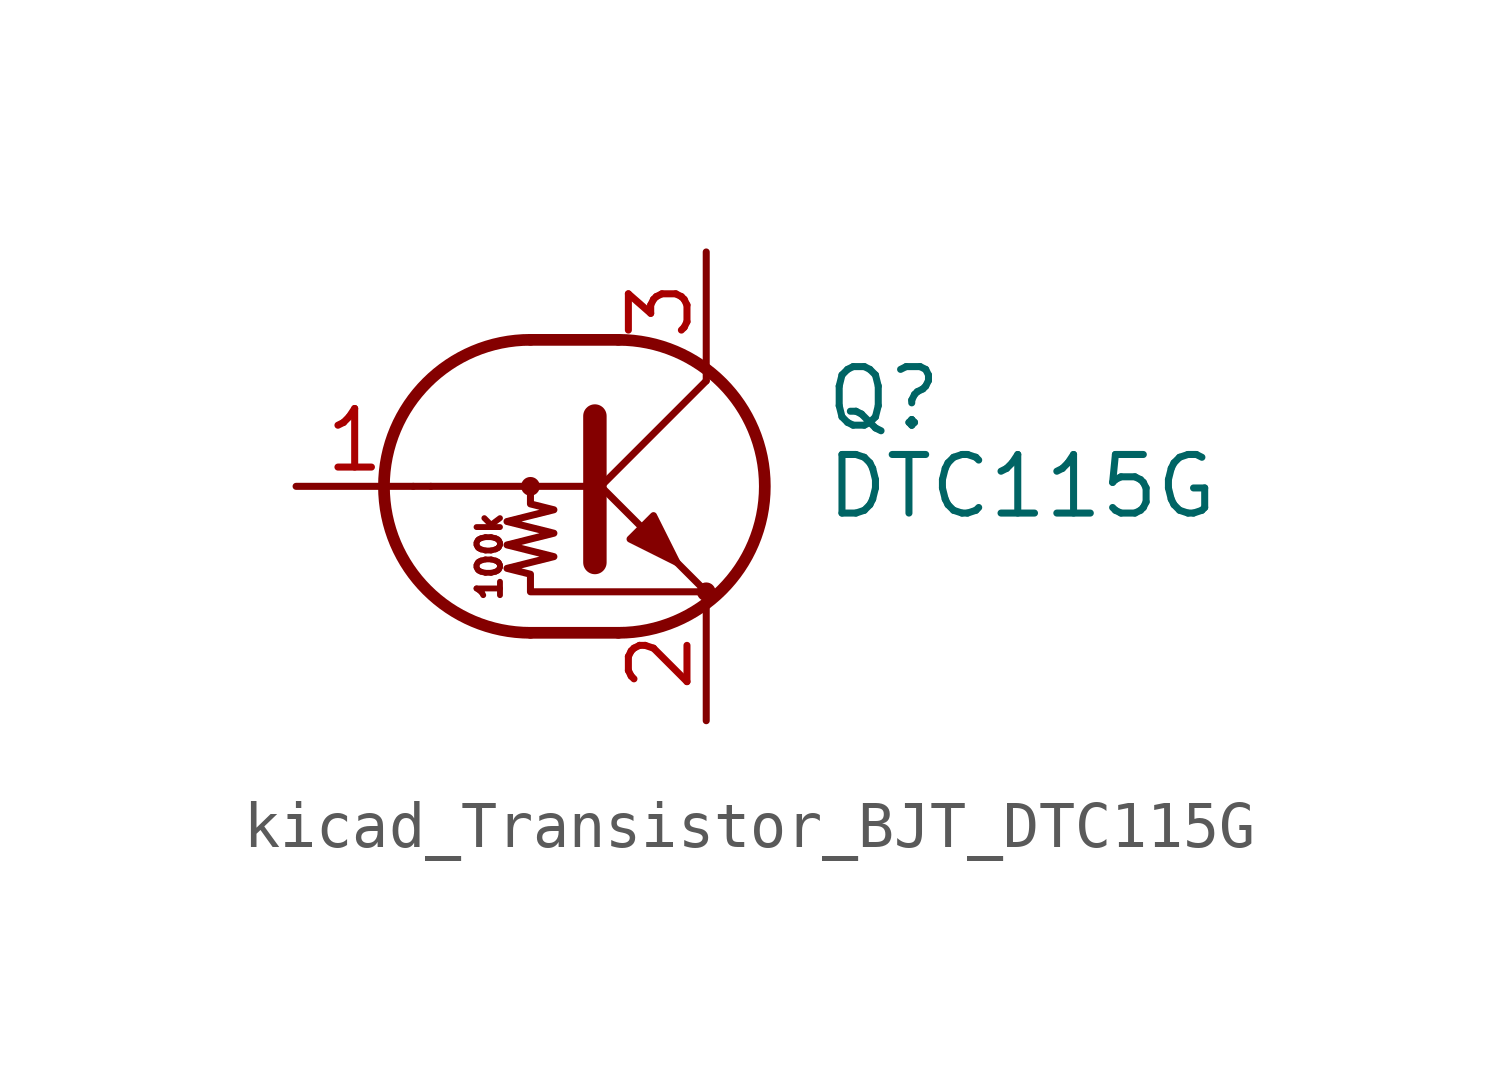
<source format=kicad_sym>
(kicad_symbol_lib
  (version 20220914)
  (generator kicad_symbol_editor)
  (symbol "kicad_Transistor_BJT_DTC115G"
    (pin_names
      (offset 0) hide)
    (property "Reference" "Q"
      (at 5.08 1.905 0)
      (effects (font (size 1.27 1.27)) (justify left)))
    (property "Value" "DTC115G"
      (at 5.08 0 0)
      (effects (font (size 1.27 1.27)) (justify left)))
    (symbol "kicad_Transistor_BJT_DTC115G_0_0"
      (polyline (pts (xy -3.429 0) (xy 0 0)) (stroke (width 0) (type default)) (fill (type none)))
      (text "100k" (at -2.159 -1.524 900) (effects (font (size 0.508 0.508)))))
    (symbol "kicad_Transistor_BJT_DTC115G_0_1"
      (circle (center -1.27 0) (radius 0.127) (stroke (width 0) (type default)) (fill (type none)))
      (arc (start -1.27 3.175) (mid -4.4312 0) (end -1.27 -3.175) (stroke (width 0.254) (type default)) (fill (type none)))
      (polyline (pts (xy -3.429 0) (xy -3.81 0)) (stroke (width 0) (type default)) (fill (type none)))
      (polyline (pts (xy -1.27 -3.175) (xy 0.635 -3.175)) (stroke (width 0.254) (type default)) (fill (type none)))
      (polyline (pts (xy -1.27 3.175) (xy 0.635 3.175)) (stroke (width 0.254) (type default)) (fill (type none)))
      (polyline (pts (xy 0 -0.254) (xy 2.54 2.286)) (stroke (width 0) (type default)) (fill (type none)))
      (polyline (pts (xy 0.127 1.524) (xy 0.127 -1.651)) (stroke (width 0.508) (type default)) (fill (type outline)))
      (polyline (pts (xy 2.54 2.286) (xy 2.54 2.54)) (stroke (width 0) (type default)) (fill (type none)))
      (polyline (pts (xy 2.54 -2.286) (xy 0 0.254) (xy 0 0.254)) (stroke (width 0) (type default)) (fill (type none)))
      (polyline (pts (xy 0.889 -1.143) (xy 1.397 -0.635) (xy 1.905 -1.651) (xy 0.889 -1.143)) (stroke (width 0) (type default)) (fill (type outline)))
      (polyline (pts (xy -1.27 0) (xy -1.27 -0.381) (xy -0.762 -0.508) (xy -1.778 -0.762) (xy -0.762 -1.016) (xy -1.778 -1.27) (xy -0.762 -1.524) (xy -1.778 -1.778) (xy -1.27 -1.905) (xy -1.27 -2.286) (xy 2.54 -2.286)) (stroke (width 0) (type default)) (fill (type none)))
      (arc (start 0.635 -3.175) (mid 3.7962 0) (end 0.635 3.175) (stroke (width 0.254) (type default)) (fill (type none)))
      (circle (center 2.54 -2.286) (radius 0.127) (stroke (width 0) (type default)) (fill (type none))))
    (symbol "kicad_Transistor_BJT_DTC115G_1_1"
      (pin input line (at -6.35 0 0) (length 2.54) (name "B" (effects (font (size 1.27 1.27)))) (number "1" (effects (font (size 1.27 1.27)))))
      (pin passive line (at 2.54 -5.08 90) (length 2.54) (name "E" (effects (font (size 1.27 1.27)))) (number "2" (effects (font (size 1.27 1.27)))))
      (pin passive line (at 2.54 5.08 270) (length 2.54) (name "C" (effects (font (size 1.27 1.27)))) (number "3" (effects (font (size 1.27 1.27))))))))
</source>
